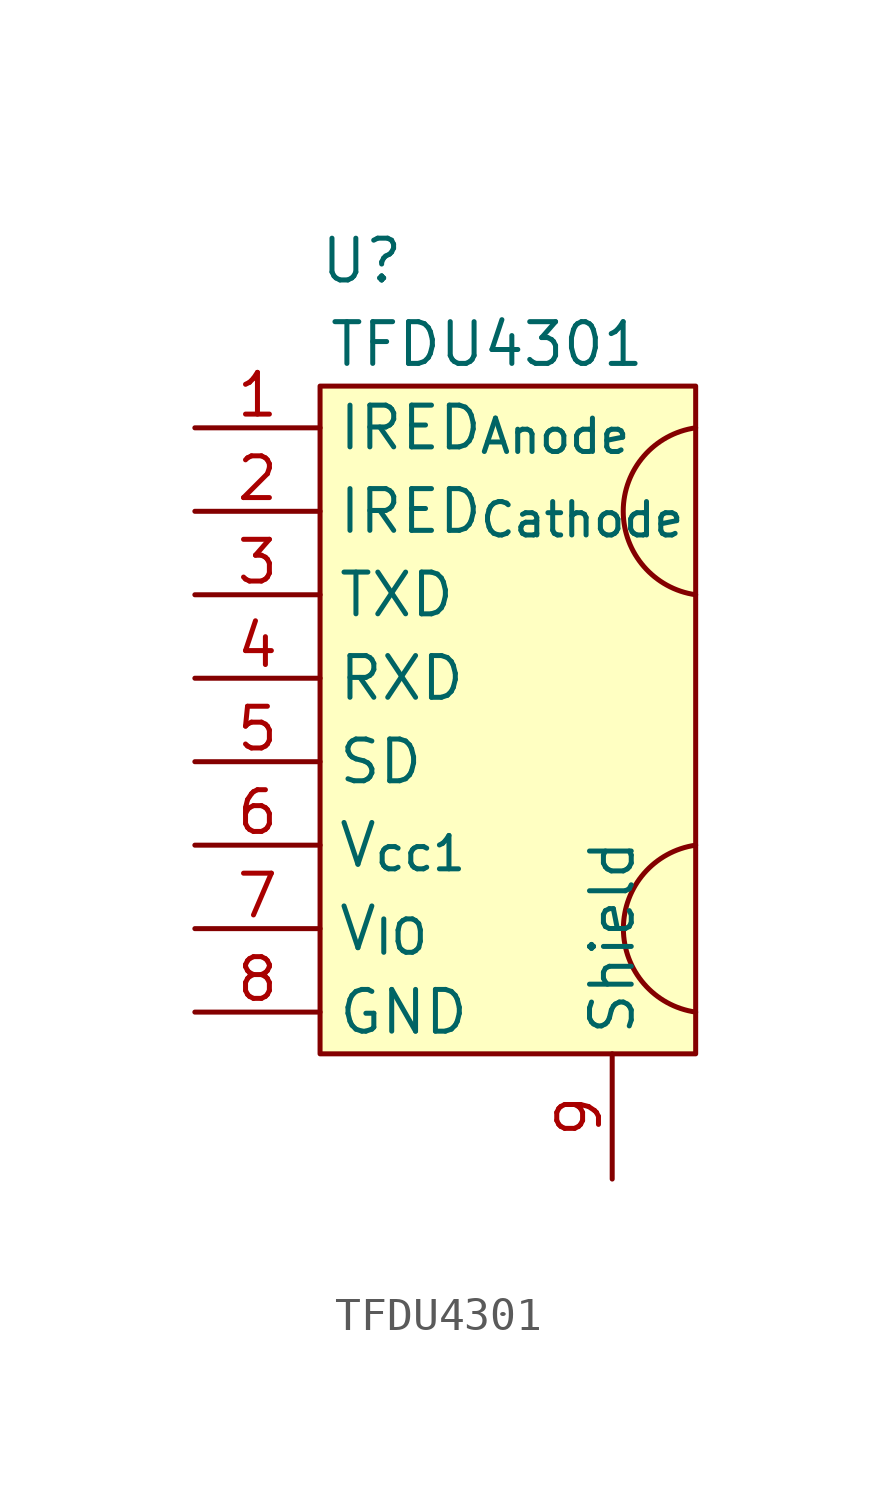
<source format=kicad_sym>
(kicad_symbol_lib
  (version 20211014)
  (generator kicad_symbol_editor)
  (symbol "TFDU4301"
    (property "Reference" "U"
      (at -3.81 12.7 0)
      (effects (font (size 1.27 1.27))))
    (property "Value" "TFDU4301"
      (at 0 10.16 0)
      (effects (font (size 1.27 1.27))))
    (symbol "TFDU4301_0_0"
      (pin input line (at -8.89 5.08 0) (length 3.81) (name "IRED_{Cathode}" (effects (font (size 1.27 1.27)))) (number "2" (effects (font (size 1.27 1.27)))))
      (pin passive line (at 3.81 -15.24 90) (length 3.81) (name "Shield" (effects (font (size 1.27 1.27)))) (number "9" (effects (font (size 1.27 1.27))))))
    (symbol "TFDU4301_0_1"
      (rectangle (start -5.08 8.89) (end 6.35 -11.43) (stroke (width 0) (type default) (color 0 0 0 0)) (fill (type background)))
      (arc (start 6.35 -5.08) (mid 3.4164 -7.62) (end 6.35 -10.16) (stroke (width 0) (type default) (color 0 0 0 0)) (fill (type none)))
      (arc (start 6.35 7.62) (mid 3.4229 5.08) (end 6.35 2.54) (stroke (width 0) (type default) (color 0 0 0 0)) (fill (type none))))
    (symbol "TFDU4301_1_1"
      (pin input line (at -8.89 7.62 0) (length 3.81) (name "IRED_{Anode}" (effects (font (size 1.27 1.27)))) (number "1" (effects (font (size 1.27 1.27)))))
      (pin input line (at -8.89 2.54 0) (length 3.81) (name "TXD" (effects (font (size 1.27 1.27)))) (number "3" (effects (font (size 1.27 1.27)))))
      (pin output line (at -8.89 0 0) (length 3.81) (name "RXD" (effects (font (size 1.27 1.27)))) (number "4" (effects (font (size 1.27 1.27)))))
      (pin input line (at -8.89 -2.54 0) (length 3.81) (name "SD" (effects (font (size 1.27 1.27)))) (number "5" (effects (font (size 1.27 1.27)))))
      (pin input line (at -8.89 -5.08 0) (length 3.81) (name "V_{cc1}" (effects (font (size 1.27 1.27)))) (number "6" (effects (font (size 1.27 1.27)))))
      (pin input line (at -8.89 -7.62 0) (length 3.81) (name "V_{IO}" (effects (font (size 1.27 1.27)))) (number "7" (effects (font (size 1.27 1.27)))))
      (pin input line (at -8.89 -10.16 0) (length 3.81) (name "GND" (effects (font (size 1.27 1.27)))) (number "8" (effects (font (size 1.27 1.27))))))))
</source>
